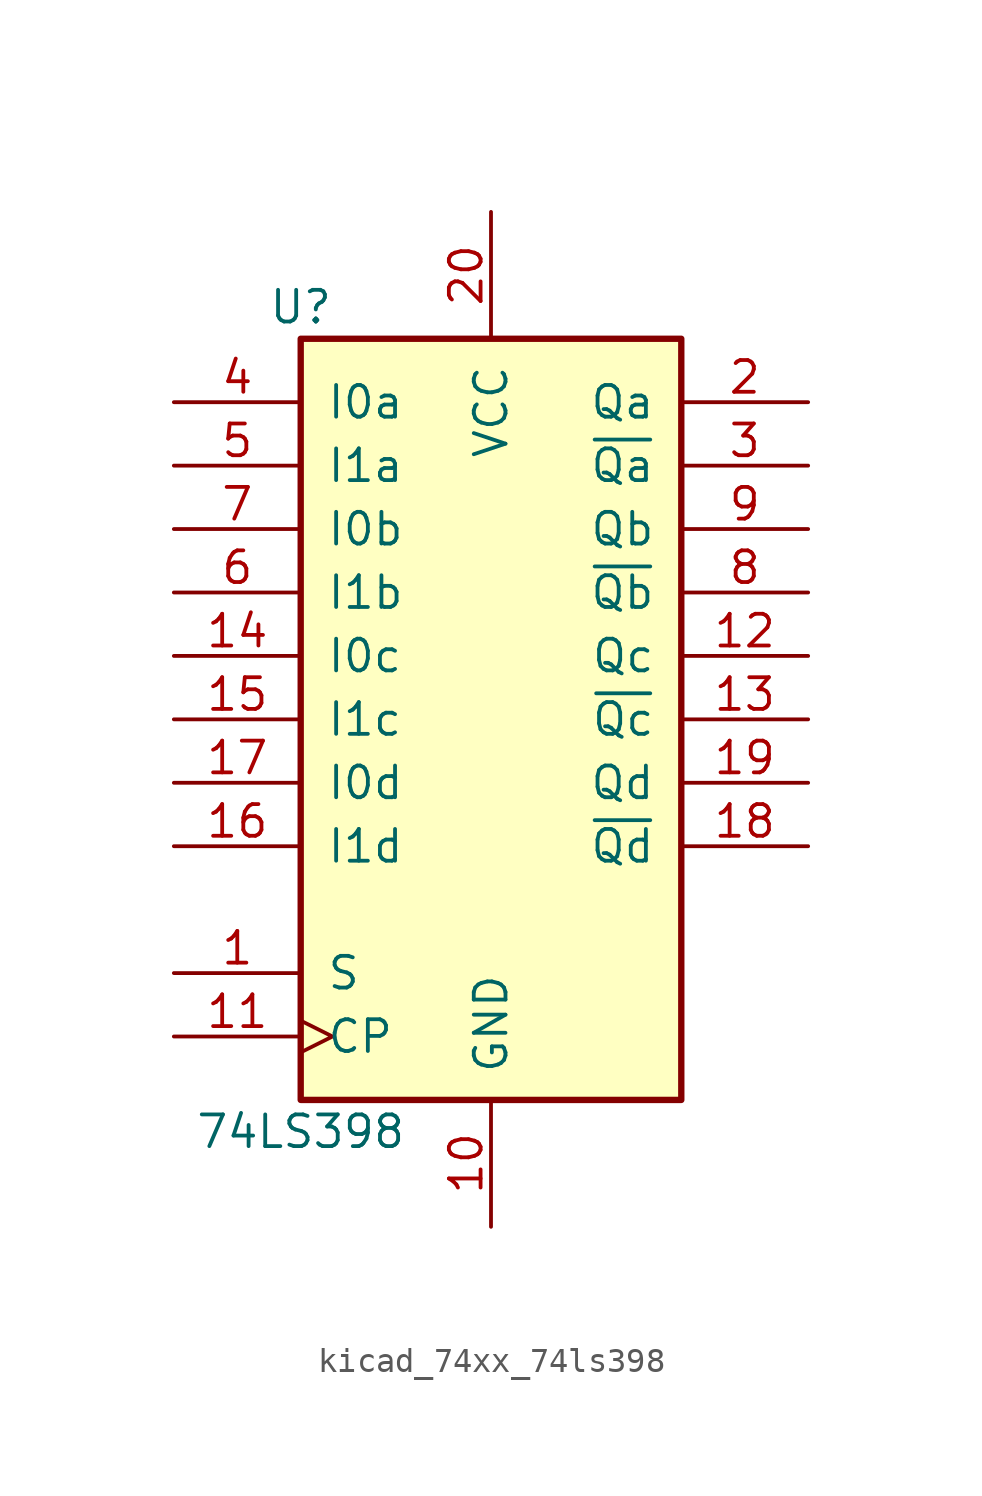
<source format=kicad_sym>
(kicad_symbol_lib
  (version 20220914)
  (generator kicad_symbol_editor)
  (symbol "kicad_74xx_74ls398"
    (pin_names
      (offset 1.016))
    (property "Reference" "U"
      (at -7.62 16.51 0)
      (effects (font (size 1.27 1.27))))
    (property "Value" "74LS398"
      (at -7.62 -16.51 0)
      (effects (font (size 1.27 1.27))))
    (property "ki_locked" ""
      (at 0 0 0)
      (effects (font (size 1.27 1.27))))
    (symbol "kicad_74xx_74ls398_1_0"
      (pin input line (at -12.7 -10.16 0) (length 5.08) (name "S" (effects (font (size 1.27 1.27)))) (number "1" (effects (font (size 1.27 1.27)))))
      (pin power_in line (at 0 -20.32 90) (length 5.08) (name "GND" (effects (font (size 1.27 1.27)))) (number "10" (effects (font (size 1.27 1.27)))))
      (pin input clock (at -12.7 -12.7 0) (length 5.08) (name "CP" (effects (font (size 1.27 1.27)))) (number "11" (effects (font (size 1.27 1.27)))))
      (pin output line (at 12.7 2.54 180) (length 5.08) (name "Qc" (effects (font (size 1.27 1.27)))) (number "12" (effects (font (size 1.27 1.27)))))
      (pin output line (at 12.7 0 180) (length 5.08) (name "~{Qc}" (effects (font (size 1.27 1.27)))) (number "13" (effects (font (size 1.27 1.27)))))
      (pin input line (at -12.7 2.54 0) (length 5.08) (name "I0c" (effects (font (size 1.27 1.27)))) (number "14" (effects (font (size 1.27 1.27)))))
      (pin input line (at -12.7 0 0) (length 5.08) (name "I1c" (effects (font (size 1.27 1.27)))) (number "15" (effects (font (size 1.27 1.27)))))
      (pin input line (at -12.7 -5.08 0) (length 5.08) (name "I1d" (effects (font (size 1.27 1.27)))) (number "16" (effects (font (size 1.27 1.27)))))
      (pin input line (at -12.7 -2.54 0) (length 5.08) (name "I0d" (effects (font (size 1.27 1.27)))) (number "17" (effects (font (size 1.27 1.27)))))
      (pin output line (at 12.7 -5.08 180) (length 5.08) (name "~{Qd}" (effects (font (size 1.27 1.27)))) (number "18" (effects (font (size 1.27 1.27)))))
      (pin output line (at 12.7 -2.54 180) (length 5.08) (name "Qd" (effects (font (size 1.27 1.27)))) (number "19" (effects (font (size 1.27 1.27)))))
      (pin output line (at 12.7 12.7 180) (length 5.08) (name "Qa" (effects (font (size 1.27 1.27)))) (number "2" (effects (font (size 1.27 1.27)))))
      (pin power_in line (at 0 20.32 270) (length 5.08) (name "VCC" (effects (font (size 1.27 1.27)))) (number "20" (effects (font (size 1.27 1.27)))))
      (pin output line (at 12.7 10.16 180) (length 5.08) (name "~{Qa}" (effects (font (size 1.27 1.27)))) (number "3" (effects (font (size 1.27 1.27)))))
      (pin input line (at -12.7 12.7 0) (length 5.08) (name "I0a" (effects (font (size 1.27 1.27)))) (number "4" (effects (font (size 1.27 1.27)))))
      (pin input line (at -12.7 10.16 0) (length 5.08) (name "I1a" (effects (font (size 1.27 1.27)))) (number "5" (effects (font (size 1.27 1.27)))))
      (pin input line (at -12.7 5.08 0) (length 5.08) (name "I1b" (effects (font (size 1.27 1.27)))) (number "6" (effects (font (size 1.27 1.27)))))
      (pin input line (at -12.7 7.62 0) (length 5.08) (name "I0b" (effects (font (size 1.27 1.27)))) (number "7" (effects (font (size 1.27 1.27)))))
      (pin output line (at 12.7 5.08 180) (length 5.08) (name "~{Qb}" (effects (font (size 1.27 1.27)))) (number "8" (effects (font (size 1.27 1.27)))))
      (pin output line (at 12.7 7.62 180) (length 5.08) (name "Qb" (effects (font (size 1.27 1.27)))) (number "9" (effects (font (size 1.27 1.27))))))
    (symbol "kicad_74xx_74ls398_1_1"
      (rectangle (start -7.62 15.24) (end 7.62 -15.24) (stroke (width 0.254) (type default)) (fill (type background))))))
</source>
